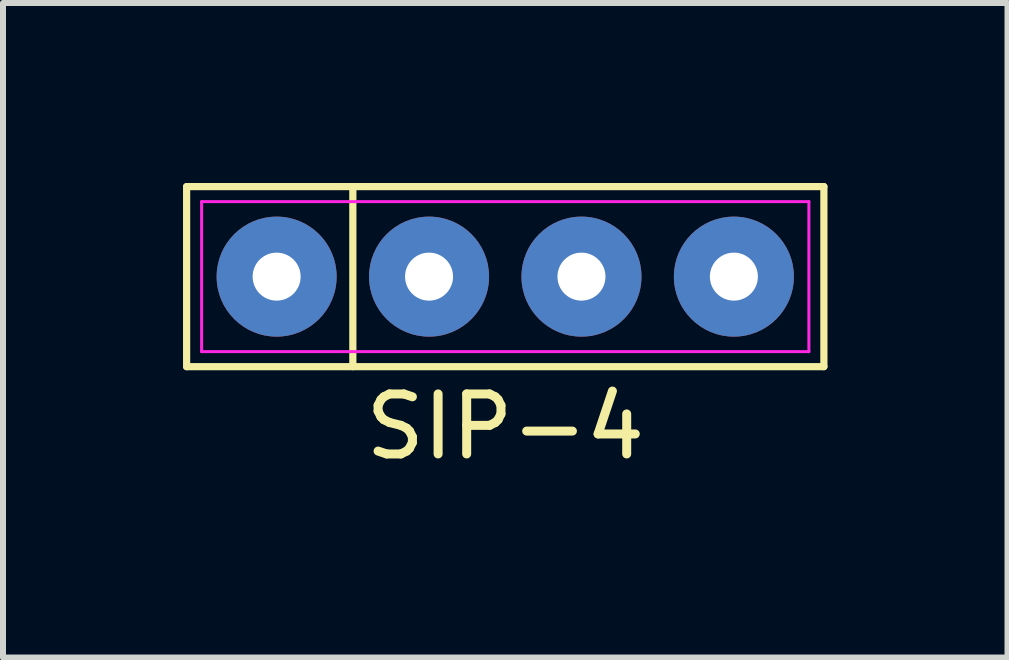
<source format=kicad_pcb>
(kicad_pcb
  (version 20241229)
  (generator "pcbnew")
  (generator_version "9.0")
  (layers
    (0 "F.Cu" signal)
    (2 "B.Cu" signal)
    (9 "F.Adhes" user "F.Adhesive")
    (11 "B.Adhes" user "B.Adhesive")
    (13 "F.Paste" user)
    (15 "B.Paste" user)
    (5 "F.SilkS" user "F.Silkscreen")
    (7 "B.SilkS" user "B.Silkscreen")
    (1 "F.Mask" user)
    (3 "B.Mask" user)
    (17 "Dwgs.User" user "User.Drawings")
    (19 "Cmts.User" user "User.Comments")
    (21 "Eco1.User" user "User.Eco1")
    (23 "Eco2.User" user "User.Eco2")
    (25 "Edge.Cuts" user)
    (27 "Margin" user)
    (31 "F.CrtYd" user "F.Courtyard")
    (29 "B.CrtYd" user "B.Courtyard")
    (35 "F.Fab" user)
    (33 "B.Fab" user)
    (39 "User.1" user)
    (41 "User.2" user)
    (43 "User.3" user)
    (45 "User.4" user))
  (footprint "SIP-4"
    (layer "F.Cu")
    (at 5.37 1.56)
    (property "Reference" "SIP-4" (at 0 2.5 0) (layer "F.SilkS") (effects (font (size 1 1) (thickness 0.15))))
    (attr through_hole)
    (fp_line (start -5.31 -1.5) (end 5.31 -1.5) (stroke (width 0.12) (type solid)) (layer "F.SilkS"))
    (fp_line (start -5.31 1.5) (end -5.31 -1.5) (stroke (width 0.12) (type solid)) (layer "F.SilkS"))
    (fp_line (start -2.54 -1.5) (end -2.54 1.5) (stroke (width 0.12) (type solid)) (layer "F.SilkS"))
    (fp_line (start 5.31 -1.5) (end 5.31 1.5) (stroke (width 0.12) (type solid)) (layer "F.SilkS"))
    (fp_line (start 5.31 1.5) (end -5.31 1.5) (stroke (width 0.12) (type solid)) (layer "F.SilkS"))
    (fp_line (start -5.06 -1.25) (end 5.06 -1.25) (stroke (width 0.05) (type solid)) (layer "F.CrtYd"))
    (fp_line (start -5.06 1.25) (end -5.06 -1.25) (stroke (width 0.05) (type solid)) (layer "F.CrtYd"))
    (fp_line (start 5.06 -1.25) (end 5.06 1.25) (stroke (width 0.05) (type solid)) (layer "F.CrtYd"))
    (fp_line (start 5.06 1.25) (end -5.06 1.25) (stroke (width 0.05) (type solid)) (layer "F.CrtYd"))
    (pad "1" thru_hole circle (at -3.81 0) (size 2 2) (drill 0.8) (layers "*.Cu" "*.Mask"))
    (pad "2" thru_hole circle (at -1.27 0) (size 2 2) (drill 0.8) (layers "*.Cu" "*.Mask"))
    (pad "3" thru_hole circle (at 1.27 0) (size 2 2) (drill 0.8) (layers "*.Cu" "*.Mask"))
    (pad "4" thru_hole circle (at 3.81 0) (size 2 2) (drill 0.8) (layers "*.Cu" "*.Mask")))
  (gr_rect
    (start -3 -3)
    (end 13.74 7.908)
    (stroke (width 0.1) (type default))
    (fill no)
    (layer "Edge.Cuts")))
</source>
